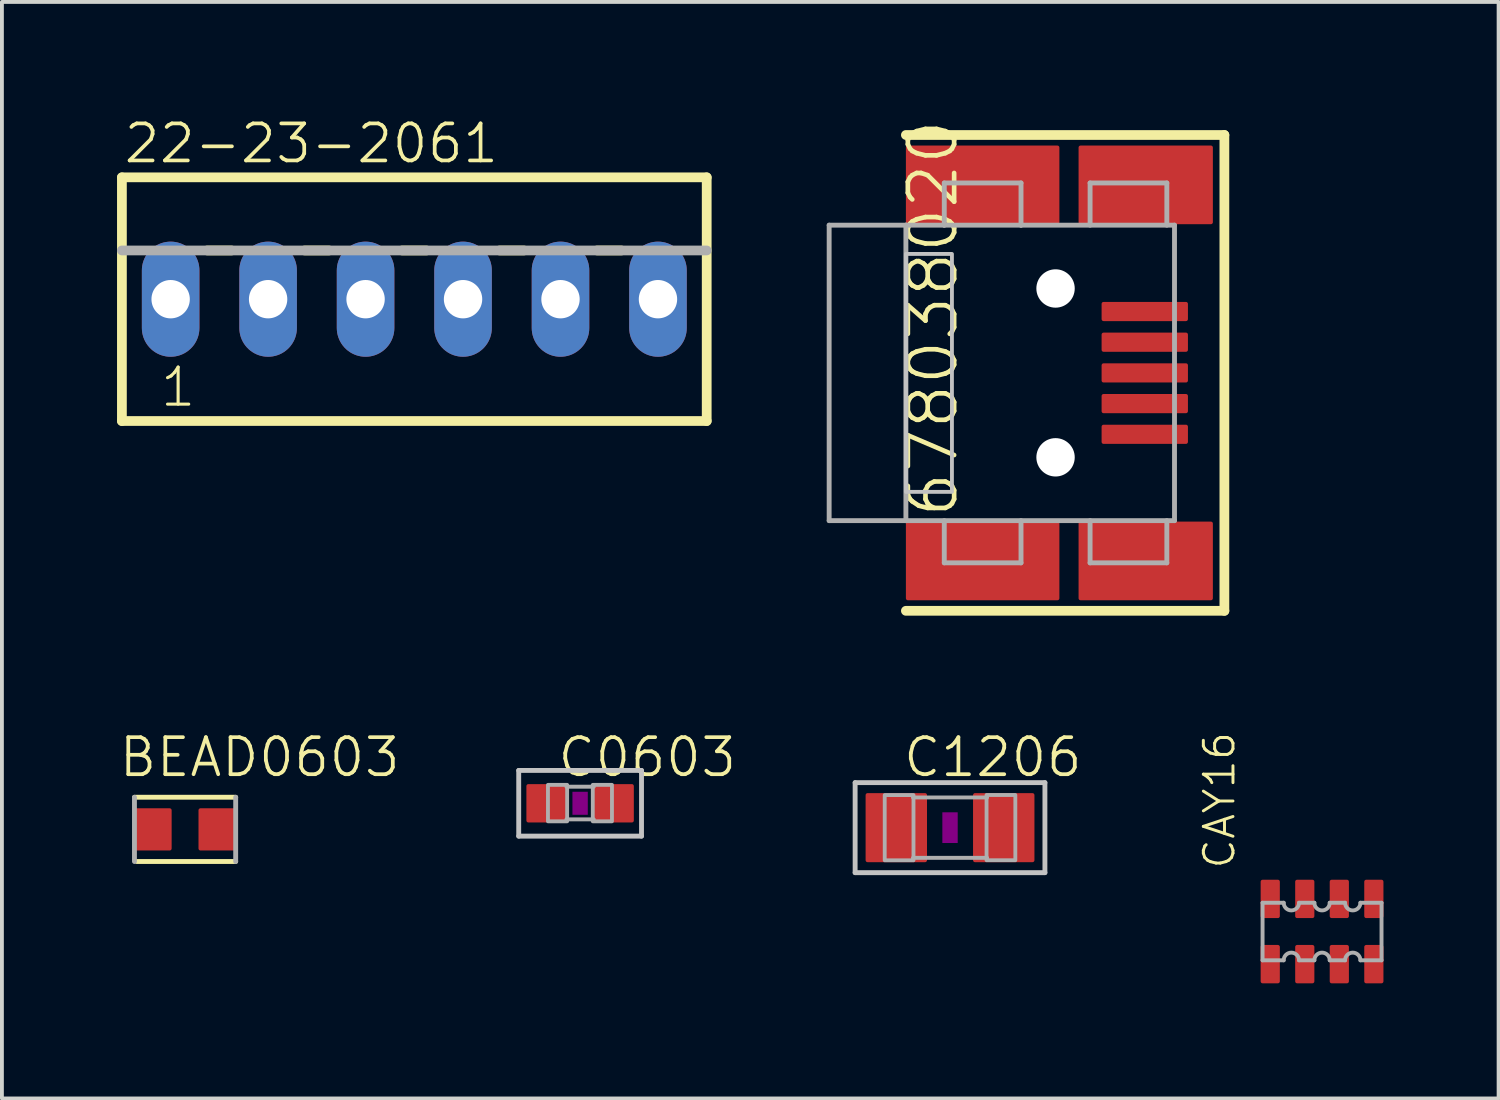
<source format=kicad_pcb>
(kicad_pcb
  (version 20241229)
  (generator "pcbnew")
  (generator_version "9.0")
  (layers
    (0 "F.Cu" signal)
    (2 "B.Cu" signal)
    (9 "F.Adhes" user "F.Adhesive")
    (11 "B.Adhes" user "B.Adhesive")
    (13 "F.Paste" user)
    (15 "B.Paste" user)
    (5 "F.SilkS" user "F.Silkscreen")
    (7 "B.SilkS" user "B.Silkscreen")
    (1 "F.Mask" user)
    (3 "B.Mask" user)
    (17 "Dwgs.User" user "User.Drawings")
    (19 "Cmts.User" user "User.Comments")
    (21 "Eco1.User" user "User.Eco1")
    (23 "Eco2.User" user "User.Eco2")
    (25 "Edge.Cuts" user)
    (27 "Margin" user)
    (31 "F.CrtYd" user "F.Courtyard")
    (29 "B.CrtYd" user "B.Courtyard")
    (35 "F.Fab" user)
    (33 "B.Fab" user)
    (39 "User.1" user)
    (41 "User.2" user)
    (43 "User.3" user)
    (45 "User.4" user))
  (footprint "C1206"
    (layer "F.Cu")
    (at 21.708 18.519)
    (property "Reference" "C1206" (at -1.27 -1.27 0) (layer "F.SilkS") (effects (font (size 0.965 0.965) (thickness 0.097)) (justify left bottom)))
    (attr through_hole)
    (fp_poly (pts (xy -0.2 0.4) (xy 0.2 0.4) (xy 0.2 -0.4) (xy -0.2 -0.4)) (stroke (width 0) (type solid)) (fill yes) (layer "F.Adhes"))
    (fp_line (start -2.473 -1.173) (end 2.473 -1.173) (stroke (width 0.127) (type solid)) (layer "Dwgs.User"))
    (fp_line (start -2.473 1.173) (end -2.473 -1.173) (stroke (width 0.127) (type solid)) (layer "Dwgs.User"))
    (fp_line (start 2.473 -1.173) (end 2.473 1.173) (stroke (width 0.127) (type solid)) (layer "Dwgs.User"))
    (fp_line (start 2.473 1.173) (end -2.473 1.173) (stroke (width 0.127) (type solid)) (layer "Dwgs.User"))
    (fp_line (start -0.965 -0.787) (end 0.965 -0.787) (stroke (width 0.102) (type solid)) (layer "F.Fab"))
    (fp_line (start -0.965 0.787) (end 0.965 0.787) (stroke (width 0.102) (type solid)) (layer "F.Fab"))
    (fp_poly (pts (xy -1.702 0.851) (xy -0.952 0.851) (xy -0.952 -0.849) (xy -1.702 -0.849)) (stroke (width 0.1) (type solid)) (fill no) (layer "F.Fab"))
    (fp_poly (pts (xy 0.952 0.849) (xy 1.702 0.849) (xy 1.702 -0.851) (xy 0.952 -0.851)) (stroke (width 0.1) (type solid)) (fill no) (layer "F.Fab"))
    (pad "1" smd roundrect (at -1.4 0) (size 1.6 1.8) (layers "F.Cu" "F.Mask" "F.Paste") (roundrect_rratio 0.032))
    (pad "2" smd roundrect (at 1.4 0) (size 1.6 1.8) (layers "F.Cu" "F.Mask" "F.Paste") (roundrect_rratio 0.032)))
  (footprint "CAY16"
    (layer "F.Cu")
    (at 31.403 21.226)
    (property "Reference" "CAY16" (at -2.223 -1.587 270) (layer "F.SilkS") (effects (font (size 0.772 0.772) (thickness 0.077)) (justify left bottom)))
    (attr through_hole)
    (fp_line (start -1.55 -0.75) (end -1 -0.75) (stroke (width 0.102) (type solid)) (layer "F.Fab"))
    (fp_line (start -1.55 0.75) (end -1.55 -0.75) (stroke (width 0.102) (type solid)) (layer "F.Fab"))
    (fp_line (start -1 0.75) (end -1.55 0.75) (stroke (width 0.102) (type solid)) (layer "F.Fab"))
    (fp_line (start -0.6 -0.75) (end -0.2 -0.75) (stroke (width 0.102) (type solid)) (layer "F.Fab"))
    (fp_line (start -0.2 0.75) (end -0.6 0.75) (stroke (width 0.102) (type solid)) (layer "F.Fab"))
    (fp_line (start 0.2 -0.75) (end 0.6 -0.75) (stroke (width 0.102) (type solid)) (layer "F.Fab"))
    (fp_line (start 0.6 0.75) (end 0.2 0.75) (stroke (width 0.102) (type solid)) (layer "F.Fab"))
    (fp_line (start 1 -0.75) (end 1.55 -0.75) (stroke (width 0.102) (type solid)) (layer "F.Fab"))
    (fp_line (start 1.55 -0.75) (end 1.55 0.75) (stroke (width 0.102) (type solid)) (layer "F.Fab"))
    (fp_line (start 1.55 0.75) (end 1 0.75) (stroke (width 0.102) (type solid)) (layer "F.Fab"))
    (fp_arc (start -1 0.75) (mid -0.8 0.55) (end -0.6 0.75) (stroke (width 0.1016) (type solid)) (layer "F.Fab"))
    (fp_arc (start -0.6 -0.75) (mid -0.8 -0.55) (end -1 -0.75) (stroke (width 0.1016) (type solid)) (layer "F.Fab"))
    (fp_arc (start -0.2 0.75) (mid 0 0.55) (end 0.2 0.75) (stroke (width 0.1016) (type solid)) (layer "F.Fab"))
    (fp_arc (start 0.2 -0.75) (mid 0 -0.55) (end -0.2 -0.75) (stroke (width 0.1016) (type solid)) (layer "F.Fab"))
    (fp_arc (start 0.6 0.75) (mid 0.8 0.55) (end 1 0.75) (stroke (width 0.1016) (type solid)) (layer "F.Fab"))
    (fp_arc (start 1 -0.75) (mid 0.8 -0.55) (end 0.6 -0.75) (stroke (width 0.1016) (type solid)) (layer "F.Fab"))
    (pad "1" smd roundrect (at -1.35 0.85) (size 0.5 1) (layers "F.Cu" "F.Mask" "F.Paste") (roundrect_rratio 0.102))
    (pad "2" smd roundrect (at -0.45 0.85) (size 0.5 1) (layers "F.Cu" "F.Mask" "F.Paste") (roundrect_rratio 0.102))
    (pad "3" smd roundrect (at 0.45 0.85) (size 0.5 1) (layers "F.Cu" "F.Mask" "F.Paste") (roundrect_rratio 0.102))
    (pad "4" smd roundrect (at 1.35 0.85) (size 0.5 1) (layers "F.Cu" "F.Mask" "F.Paste") (roundrect_rratio 0.102))
    (pad "5" smd roundrect (at 1.35 -0.85) (size 0.5 1) (layers "F.Cu" "F.Mask" "F.Paste") (roundrect_rratio 0.102))
    (pad "6" smd roundrect (at 0.45 -0.85) (size 0.5 1) (layers "F.Cu" "F.Mask" "F.Paste") (roundrect_rratio 0.102))
    (pad "7" smd roundrect (at -0.45 -0.85) (size 0.5 1) (layers "F.Cu" "F.Mask" "F.Paste") (roundrect_rratio 0.102))
    (pad "8" smd roundrect (at -1.35 -0.85) (size 0.5 1) (layers "F.Cu" "F.Mask" "F.Paste") (roundrect_rratio 0.102)))
  (footprint "22-23-2061"
    (layer "F.Cu")
    (at 7.747 4.747)
    (property "Reference" "22-23-2061" (at -7.62 -3.493 0) (layer "F.SilkS") (effects (font (size 0.965 0.965) (thickness 0.097)) (justify left bottom)))
    (attr through_hole)
    (fp_line (start -7.62 -3.175) (end 7.62 -3.175) (stroke (width 0.254) (type solid)) (layer "F.SilkS"))
    (fp_line (start -7.62 3.175) (end -7.62 -3.175) (stroke (width 0.254) (type solid)) (layer "F.SilkS"))
    (fp_line (start -5.397 -1.27) (end -4.763 -1.27) (stroke (width 0.254) (type solid)) (layer "F.SilkS"))
    (fp_line (start -2.857 -1.27) (end -2.223 -1.27) (stroke (width 0.254) (type solid)) (layer "F.SilkS"))
    (fp_line (start -0.318 -1.27) (end 0.318 -1.27) (stroke (width 0.254) (type solid)) (layer "F.SilkS"))
    (fp_line (start 2.223 -1.27) (end 2.857 -1.27) (stroke (width 0.254) (type solid)) (layer "F.SilkS"))
    (fp_line (start 4.763 -1.27) (end 5.397 -1.27) (stroke (width 0.254) (type solid)) (layer "F.SilkS"))
    (fp_line (start 7.62 -3.175) (end 7.62 3.175) (stroke (width 0.254) (type solid)) (layer "F.SilkS"))
    (fp_line (start 7.62 3.175) (end -7.62 3.175) (stroke (width 0.254) (type solid)) (layer "F.SilkS"))
    (fp_line (start -7.62 -1.27) (end 7.62 -1.27) (stroke (width 0.254) (type solid)) (layer "F.Fab"))
    (fp_text user "1" (at -6.668 2.857 0) (layer "F.SilkS") (effects (font (size 0.965 0.965) (thickness 0.081)) (justify left bottom)))
    (pad "1" thru_hole oval (at -6.35 0 90) (size 3 1.5) (drill 1) (layers "*.Cu" "*.Mask"))
    (pad "2" thru_hole oval (at -3.81 0 90) (size 3 1.5) (drill 1) (layers "*.Cu" "*.Mask"))
    (pad "3" thru_hole oval (at -1.27 0 90) (size 3 1.5) (drill 1) (layers "*.Cu" "*.Mask"))
    (pad "4" thru_hole oval (at 1.27 0 90) (size 3 1.5) (drill 1) (layers "*.Cu" "*.Mask"))
    (pad "5" thru_hole oval (at 3.81 0 90) (size 3 1.5) (drill 1) (layers "*.Cu" "*.Mask"))
    (pad "6" thru_hole oval (at 6.35 0 90) (size 3 1.5) (drill 1) (layers "*.Cu" "*.Mask")))
  (footprint "678038020"
    (layer "F.Cu")
    (at 20.558 6.668)
    (property "Reference" "678038020" (at 0 -6.668 270) (layer "F.SilkS") (effects (font (size 1.206 1.206) (thickness 0.121)) (justify right top)))
    (attr through_hole)
    (fp_line (start 0 -6.2) (end 8.3 -6.2) (stroke (width 0.254) (type solid)) (layer "F.SilkS"))
    (fp_line (start 8.3 -6.2) (end 8.3 6.2) (stroke (width 0.254) (type solid)) (layer "F.SilkS"))
    (fp_line (start 8.3 6.2) (end 0 6.2) (stroke (width 0.254) (type solid)) (layer "F.SilkS"))
    (fp_poly (pts (xy 0 3.1) (xy 1.2 3.1) (xy 1.2 -3.1) (xy 0 -3.1)) (stroke (width 0.1) (type solid)) (fill no) (layer "Dwgs.User"))
    (fp_line (start -2 -3.85) (end 0 -3.85) (stroke (width 0.127) (type solid)) (layer "F.Fab"))
    (fp_line (start -2 3.85) (end -2 -3.85) (stroke (width 0.127) (type solid)) (layer "F.Fab"))
    (fp_line (start -2 3.85) (end 0 3.85) (stroke (width 0.127) (type solid)) (layer "F.Fab"))
    (fp_line (start 0 -3.85) (end 1 -3.85) (stroke (width 0.127) (type solid)) (layer "F.Fab"))
    (fp_line (start 0 3.85) (end 0 -3.85) (stroke (width 0.127) (type solid)) (layer "F.Fab"))
    (fp_line (start 0 3.85) (end 7 3.85) (stroke (width 0.127) (type solid)) (layer "F.Fab"))
    (fp_line (start 1 -4.95) (end 3 -4.95) (stroke (width 0.127) (type solid)) (layer "F.Fab"))
    (fp_line (start 1 -3.85) (end 1 -4.95) (stroke (width 0.127) (type solid)) (layer "F.Fab"))
    (fp_line (start 1 -3.85) (end 3 -3.85) (stroke (width 0.127) (type solid)) (layer "F.Fab"))
    (fp_line (start 1 3.85) (end 1 4.95) (stroke (width 0.127) (type solid)) (layer "F.Fab"))
    (fp_line (start 3 -3.85) (end 3 -4.95) (stroke (width 0.127) (type solid)) (layer "F.Fab"))
    (fp_line (start 3 -3.85) (end 7 -3.85) (stroke (width 0.127) (type solid)) (layer "F.Fab"))
    (fp_line (start 3 3.85) (end 3 4.95) (stroke (width 0.127) (type solid)) (layer "F.Fab"))
    (fp_line (start 3 4.95) (end 1 4.95) (stroke (width 0.127) (type solid)) (layer "F.Fab"))
    (fp_line (start 4.8 -4.95) (end 6.8 -4.95) (stroke (width 0.127) (type solid)) (layer "F.Fab"))
    (fp_line (start 4.8 -3.85) (end 4.8 -4.95) (stroke (width 0.127) (type solid)) (layer "F.Fab"))
    (fp_line (start 4.8 3.85) (end 4.8 4.95) (stroke (width 0.127) (type solid)) (layer "F.Fab"))
    (fp_line (start 6.8 -3.85) (end 6.8 -4.95) (stroke (width 0.127) (type solid)) (layer "F.Fab"))
    (fp_line (start 6.8 3.85) (end 6.8 4.95) (stroke (width 0.127) (type solid)) (layer "F.Fab"))
    (fp_line (start 6.8 4.95) (end 4.8 4.95) (stroke (width 0.127) (type solid)) (layer "F.Fab"))
    (fp_line (start 7 3.85) (end 7 -3.85) (stroke (width 0.127) (type solid)) (layer "F.Fab"))
    (pad "" np_thru_hole circle (at 3.9 -2.2) (size 1 1) (drill 1) (layers "*.Cu" "*.Mask"))
    (pad "" np_thru_hole circle (at 3.9 2.2) (size 1 1) (drill 1) (layers "*.Cu" "*.Mask"))
    (pad "1" smd roundrect (at 6.225 -1.6) (size 2.25 0.5) (layers "F.Cu" "F.Mask" "F.Paste") (roundrect_rratio 0.102))
    (pad "2" smd roundrect (at 6.225 -0.8) (size 2.25 0.5) (layers "F.Cu" "F.Mask" "F.Paste") (roundrect_rratio 0.102))
    (pad "3" smd roundrect (at 6.225 0) (size 2.25 0.5) (layers "F.Cu" "F.Mask" "F.Paste") (roundrect_rratio 0.102))
    (pad "4" smd roundrect (at 6.225 0.8) (size 2.25 0.5) (layers "F.Cu" "F.Mask" "F.Paste") (roundrect_rratio 0.102))
    (pad "5" smd roundrect (at 6.225 1.6) (size 2.25 0.5) (layers "F.Cu" "F.Mask" "F.Paste") (roundrect_rratio 0.102))
    (pad "SH1" smd roundrect (at 2 4.9) (size 4 2.05) (layers "F.Cu" "F.Mask" "F.Paste") (roundrect_rratio 0.025))
    (pad "SH1.1" smd roundrect (at 6.25 4.9) (size 3.5 2.05) (layers "F.Cu" "F.Mask" "F.Paste") (roundrect_rratio 0.025))
    (pad "SH2" smd roundrect (at 2 -4.9) (size 4 2.05) (layers "F.Cu" "F.Mask" "F.Paste") (roundrect_rratio 0.025))
    (pad "SH2.2" smd roundrect (at 6.25 -4.9) (size 3.5 2.05) (layers "F.Cu" "F.Mask" "F.Paste") (roundrect_rratio 0.025)))
  (footprint "C0603"
    (layer "F.Cu")
    (at 12.068 17.884)
    (property "Reference" "C0603" (at -0.635 -0.635 180) (layer "F.SilkS") (effects (font (size 0.965 0.965) (thickness 0.097)) (justify left bottom)))
    (attr through_hole)
    (fp_poly (pts (xy -0.2 0.3) (xy 0.2 0.3) (xy 0.2 -0.3) (xy -0.2 -0.3)) (stroke (width 0) (type solid)) (fill yes) (layer "F.Adhes"))
    (fp_line (start -1.6 -0.856) (end 1.6 -0.856) (stroke (width 0.127) (type solid)) (layer "Dwgs.User"))
    (fp_line (start -1.6 0.856) (end -1.6 -0.856) (stroke (width 0.127) (type solid)) (layer "Dwgs.User"))
    (fp_line (start 1.6 -0.856) (end 1.6 0.856) (stroke (width 0.127) (type solid)) (layer "Dwgs.User"))
    (fp_line (start 1.6 0.856) (end -1.6 0.856) (stroke (width 0.127) (type solid)) (layer "Dwgs.User"))
    (fp_line (start -0.356 -0.432) (end 0.356 -0.432) (stroke (width 0.102) (type solid)) (layer "F.Fab"))
    (fp_line (start -0.356 0.419) (end 0.356 0.419) (stroke (width 0.102) (type solid)) (layer "F.Fab"))
    (fp_poly (pts (xy -0.838 0.47) (xy -0.338 0.47) (xy -0.338 -0.48) (xy -0.838 -0.48)) (stroke (width 0.1) (type solid)) (fill no) (layer "F.Fab"))
    (fp_poly (pts (xy 0.33 0.47) (xy 0.83 0.47) (xy 0.83 -0.48) (xy 0.33 -0.48)) (stroke (width 0.1) (type solid)) (fill no) (layer "F.Fab"))
    (pad "1" smd roundrect (at -0.85 0) (size 1.1 1) (layers "F.Cu" "F.Mask" "F.Paste") (roundrect_rratio 0.051))
    (pad "2" smd roundrect (at 0.85 0) (size 1.1 1) (layers "F.Cu" "F.Mask" "F.Paste") (roundrect_rratio 0.051)))
  (footprint "BEAD0603"
    (layer "F.Cu")
    (at 1.773 18.564)
    (property "Reference" "BEAD0603" (at -1.773 -1.315 180) (layer "F.SilkS") (effects (font (size 0.965 0.965) (thickness 0.097)) (justify left bottom)))
    (attr through_hole)
    (fp_line (start -1.256 0.837) (end 1.319 0.837) (stroke (width 0.127) (type solid)) (layer "F.SilkS"))
    (fp_line (start 1.319 -0.837) (end -1.319 -0.837) (stroke (width 0.127) (type solid)) (layer "F.SilkS"))
    (fp_line (start -1.319 -0.837) (end -1.319 0.837) (stroke (width 0.127) (type solid)) (layer "F.Fab"))
    (fp_line (start 1.319 0.837) (end 1.319 -0.837) (stroke (width 0.127) (type solid)) (layer "F.Fab"))
    (pad "P$1" smd roundrect (at -0.85 0) (size 1 1.1) (layers "F.Cu" "F.Mask" "F.Paste") (roundrect_rratio 0.051))
    (pad "P$2" smd roundrect (at 0.85 0) (size 1 1.1) (layers "F.Cu" "F.Mask" "F.Paste") (roundrect_rratio 0.051)))
  (gr_rect
    (start -3 -3)
    (end 36.004 25.576)
    (stroke (width 0.1) (type default))
    (fill no)
    (layer "Edge.Cuts")))
</source>
